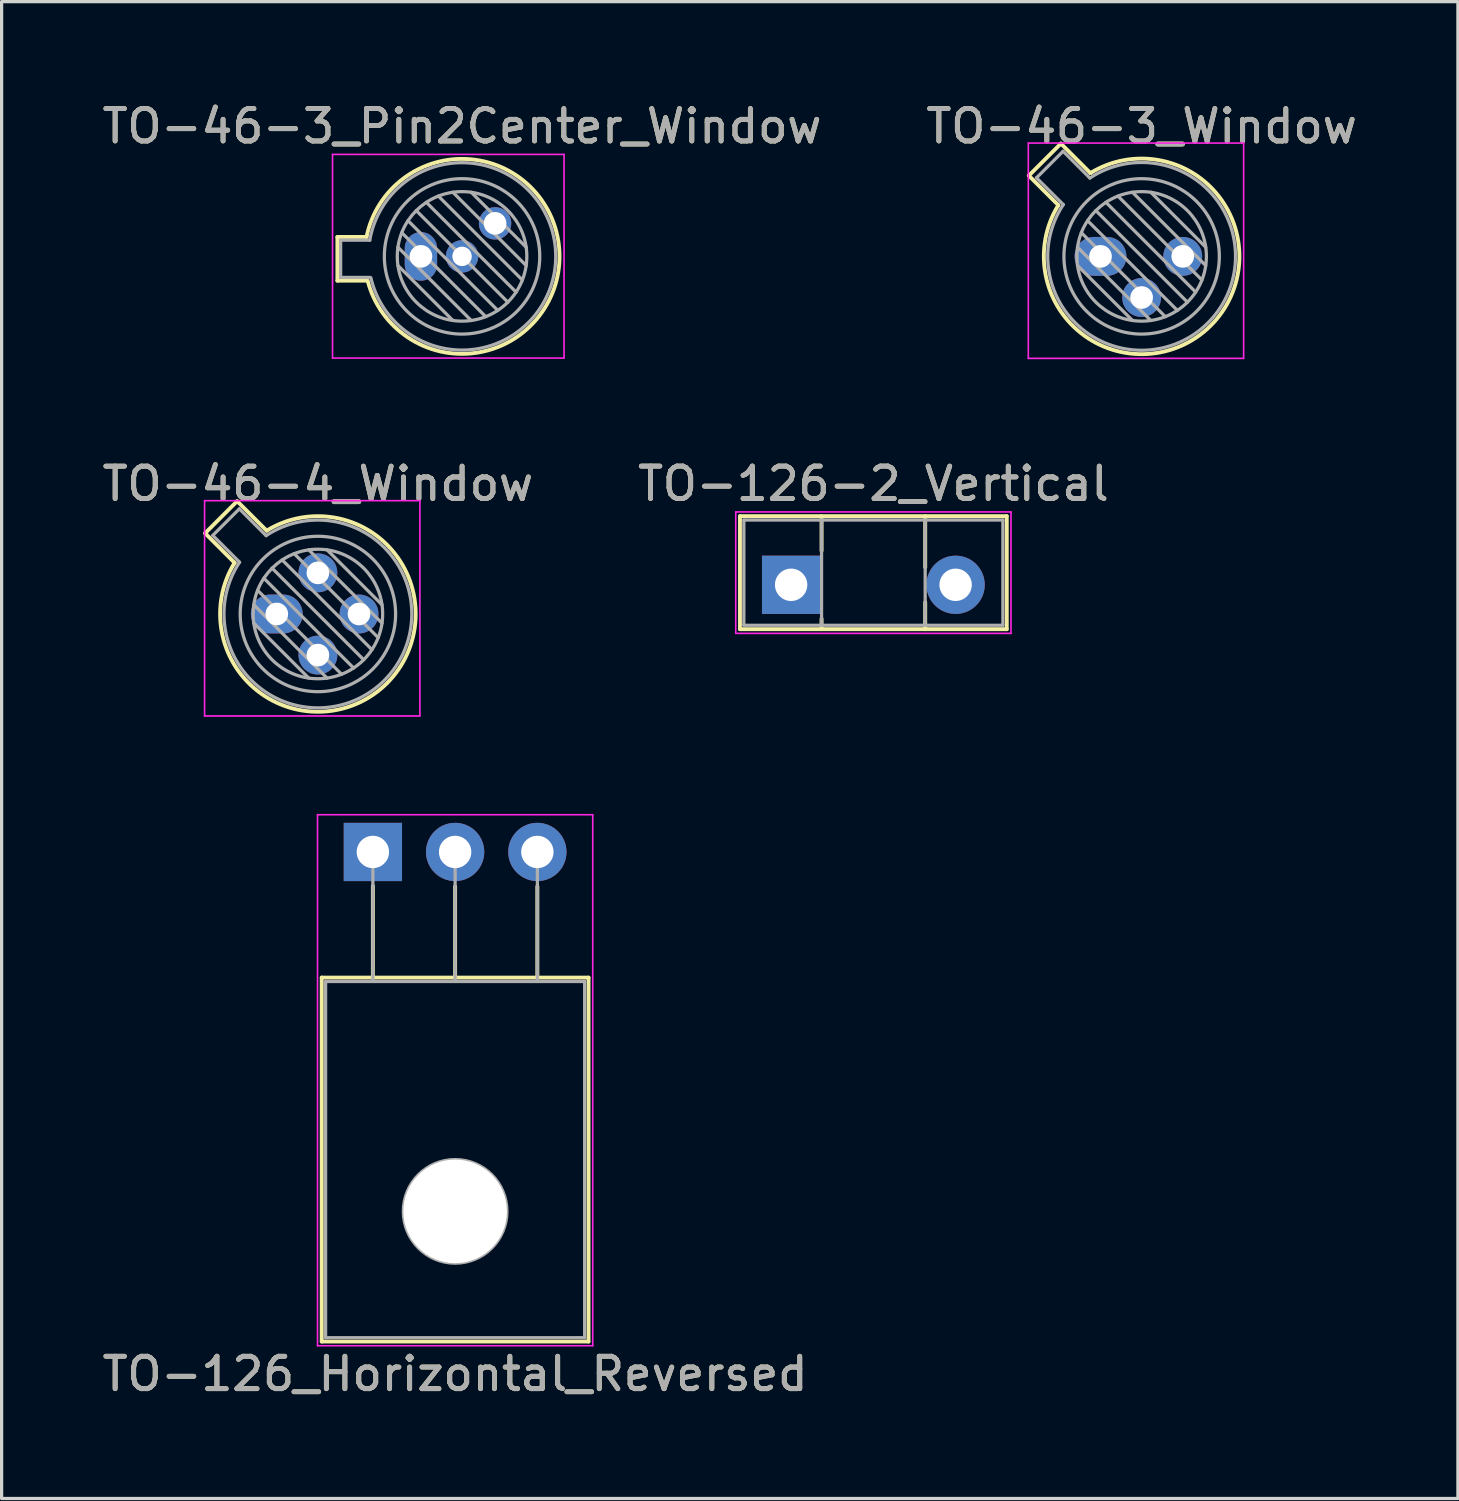
<source format=kicad_pcb>
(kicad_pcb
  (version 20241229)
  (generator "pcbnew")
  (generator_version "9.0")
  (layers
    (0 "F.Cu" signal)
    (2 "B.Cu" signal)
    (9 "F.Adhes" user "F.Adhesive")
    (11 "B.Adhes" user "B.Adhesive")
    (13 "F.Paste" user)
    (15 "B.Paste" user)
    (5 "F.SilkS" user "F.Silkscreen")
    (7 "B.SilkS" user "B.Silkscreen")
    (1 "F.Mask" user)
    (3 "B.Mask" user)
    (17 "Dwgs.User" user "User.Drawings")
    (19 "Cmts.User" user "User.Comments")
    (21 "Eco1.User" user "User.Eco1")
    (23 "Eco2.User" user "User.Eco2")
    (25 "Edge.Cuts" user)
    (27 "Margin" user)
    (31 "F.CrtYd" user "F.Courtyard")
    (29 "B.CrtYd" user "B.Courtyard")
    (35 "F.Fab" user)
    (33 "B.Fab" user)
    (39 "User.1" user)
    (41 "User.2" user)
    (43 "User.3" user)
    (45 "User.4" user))
  (footprint "TO-46-3_Window"
    (layer "F.Cu")
    (at 30.938 4.868)
    (property "Reference" "TO-46-3_Window" (at 1.27 -4.02 0) (layer "F.SilkS") (effects (font (size 1 1) (thickness 0.15))))
    (attr through_hole)
    (fp_line (start -2.214 -2.494) (end -1.302 -1.582) (stroke (width 0.12) (type solid)) (layer "F.SilkS"))
    (fp_line (start -1.224 -3.484) (end -2.214 -2.494) (stroke (width 0.12) (type solid)) (layer "F.SilkS"))
    (fp_line (start -0.312 -2.572) (end -1.224 -3.484) (stroke (width 0.12) (type solid)) (layer "F.SilkS"))
    (fp_arc (start -0.312331 -2.572281) (mid 3.405374 2.135551) (end -1.30215 -1.582544) (stroke (width 0.12) (type solid)) (layer "F.SilkS"))
    (fp_line (start -2.23 -3.5) (end -2.23 3.15) (stroke (width 0.05) (type solid)) (layer "F.CrtYd"))
    (fp_line (start -2.23 3.15) (end 4.42 3.15) (stroke (width 0.05) (type solid)) (layer "F.CrtYd"))
    (fp_line (start 4.42 -3.5) (end -2.23 -3.5) (stroke (width 0.05) (type solid)) (layer "F.CrtYd"))
    (fp_line (start 4.42 3.15) (end 4.42 -3.5) (stroke (width 0.05) (type solid)) (layer "F.CrtYd"))
    (fp_line (start -1.977 -2.426) (end -1.149 -1.599) (stroke (width 0.1) (type solid)) (layer "F.Fab"))
    (fp_line (start -1.156 -3.247) (end -1.977 -2.426) (stroke (width 0.1) (type solid)) (layer "F.Fab"))
    (fp_line (start -0.71 -0.283) (end 1.553 1.98) (stroke (width 0.1) (type solid)) (layer "F.Fab"))
    (fp_line (start -0.71 0.283) (end 0.987 1.98) (stroke (width 0.1) (type solid)) (layer "F.Fab"))
    (fp_line (start -0.592 -0.731) (end 2.001 1.862) (stroke (width 0.1) (type solid)) (layer "F.Fab"))
    (fp_line (start -0.399 -1.103) (end 2.373 1.669) (stroke (width 0.1) (type solid)) (layer "F.Fab"))
    (fp_line (start -0.329 -2.419) (end -1.156 -3.247) (stroke (width 0.1) (type solid)) (layer "F.Fab"))
    (fp_line (start -0.145 -1.415) (end 2.685 1.415) (stroke (width 0.1) (type solid)) (layer "F.Fab"))
    (fp_line (start 0.167 -1.669) (end 2.939 1.103) (stroke (width 0.1) (type solid)) (layer "F.Fab"))
    (fp_line (start 0.539 -1.862) (end 3.132 0.731) (stroke (width 0.1) (type solid)) (layer "F.Fab"))
    (fp_line (start 0.987 -1.98) (end 3.25 0.283) (stroke (width 0.1) (type solid)) (layer "F.Fab"))
    (fp_line (start 1.553 -1.98) (end 3.25 -0.283) (stroke (width 0.1) (type solid)) (layer "F.Fab"))
    (fp_arc (start -0.329057 -2.419301) (mid 3.321076 2.050143) (end -1.150029 -1.597956) (stroke (width 0.1) (type solid)) (layer "F.Fab"))
    (fp_circle (center 1.27 0) (end 3.27 0) (stroke (width 0.1) (type solid)) (fill no) (layer "F.Fab"))
    (fp_circle (center 1.27 0) (end 3.67 0) (stroke (width 0.1) (type solid)) (fill no) (layer "F.Fab"))
    (fp_text user "${REFERENCE}" (at 1.27 -4.02 0) (layer "F.Fab") (effects (font (size 1 1) (thickness 0.15))))
    (pad "1" thru_hole oval (at 0 0) (size 1.6 1.2) (drill 0.7) (layers "*.Cu" "*.Mask"))
    (pad "2" thru_hole oval (at 1.27 1.27) (size 1.2 1.2) (drill 0.7) (layers "*.Cu" "*.Mask"))
    (pad "3" thru_hole oval (at 2.54 0) (size 1.2 1.2) (drill 0.7) (layers "*.Cu" "*.Mask")))
  (footprint "TO-46-4_Window"
    (layer "F.Cu")
    (at 5.498 15.912)
    (property "Reference" "TO-46-4_Window" (at 1.27 -4.02 0) (layer "F.SilkS") (effects (font (size 1 1) (thickness 0.15))))
    (attr through_hole)
    (fp_line (start -2.214 -2.494) (end -1.302 -1.582) (stroke (width 0.12) (type solid)) (layer "F.SilkS"))
    (fp_line (start -1.224 -3.484) (end -2.214 -2.494) (stroke (width 0.12) (type solid)) (layer "F.SilkS"))
    (fp_line (start -0.312 -2.572) (end -1.224 -3.484) (stroke (width 0.12) (type solid)) (layer "F.SilkS"))
    (fp_arc (start -0.312331 -2.572281) (mid 3.405374 2.135551) (end -1.30215 -1.582544) (stroke (width 0.12) (type solid)) (layer "F.SilkS"))
    (fp_line (start -2.23 -3.5) (end -2.23 3.15) (stroke (width 0.05) (type solid)) (layer "F.CrtYd"))
    (fp_line (start -2.23 3.15) (end 4.42 3.15) (stroke (width 0.05) (type solid)) (layer "F.CrtYd"))
    (fp_line (start 4.42 -3.5) (end -2.23 -3.5) (stroke (width 0.05) (type solid)) (layer "F.CrtYd"))
    (fp_line (start 4.42 3.15) (end 4.42 -3.5) (stroke (width 0.05) (type solid)) (layer "F.CrtYd"))
    (fp_line (start -1.977 -2.426) (end -1.149 -1.599) (stroke (width 0.1) (type solid)) (layer "F.Fab"))
    (fp_line (start -1.156 -3.247) (end -1.977 -2.426) (stroke (width 0.1) (type solid)) (layer "F.Fab"))
    (fp_line (start -0.71 -0.283) (end 1.553 1.98) (stroke (width 0.1) (type solid)) (layer "F.Fab"))
    (fp_line (start -0.71 0.283) (end 0.987 1.98) (stroke (width 0.1) (type solid)) (layer "F.Fab"))
    (fp_line (start -0.592 -0.731) (end 2.001 1.862) (stroke (width 0.1) (type solid)) (layer "F.Fab"))
    (fp_line (start -0.399 -1.103) (end 2.373 1.669) (stroke (width 0.1) (type solid)) (layer "F.Fab"))
    (fp_line (start -0.329 -2.419) (end -1.156 -3.247) (stroke (width 0.1) (type solid)) (layer "F.Fab"))
    (fp_line (start -0.145 -1.415) (end 2.685 1.415) (stroke (width 0.1) (type solid)) (layer "F.Fab"))
    (fp_line (start 0.167 -1.669) (end 2.939 1.103) (stroke (width 0.1) (type solid)) (layer "F.Fab"))
    (fp_line (start 0.539 -1.862) (end 3.132 0.731) (stroke (width 0.1) (type solid)) (layer "F.Fab"))
    (fp_line (start 0.987 -1.98) (end 3.25 0.283) (stroke (width 0.1) (type solid)) (layer "F.Fab"))
    (fp_line (start 1.553 -1.98) (end 3.25 -0.283) (stroke (width 0.1) (type solid)) (layer "F.Fab"))
    (fp_arc (start -0.329057 -2.419301) (mid 3.321076 2.050143) (end -1.150029 -1.597956) (stroke (width 0.1) (type solid)) (layer "F.Fab"))
    (fp_circle (center 1.27 0) (end 3.27 0) (stroke (width 0.1) (type solid)) (fill no) (layer "F.Fab"))
    (fp_circle (center 1.27 0) (end 3.67 0) (stroke (width 0.1) (type solid)) (fill no) (layer "F.Fab"))
    (fp_text user "${REFERENCE}" (at 1.27 -4.02 0) (layer "F.Fab") (effects (font (size 1 1) (thickness 0.15))))
    (pad "1" thru_hole oval (at 0 0) (size 1.6 1.2) (drill 0.7) (layers "*.Cu" "*.Mask"))
    (pad "2" thru_hole oval (at 1.27 1.27) (size 1.2 1.2) (drill 0.7) (layers "*.Cu" "*.Mask"))
    (pad "3" thru_hole oval (at 2.54 0) (size 1.2 1.2) (drill 0.7) (layers "*.Cu" "*.Mask"))
    (pad "4" thru_hole oval (at 1.27 -1.27) (size 1.2 1.2) (drill 0.7) (layers "*.Cu" "*.Mask")))
  (footprint "TO-46-3_Pin2Center_Window"
    (layer "F.Cu")
    (at 9.95 4.868)
    (property "Reference" "TO-46-3_Pin2Center_Window" (at 1.27 -4.02 0) (layer "F.SilkS") (effects (font (size 1 1) (thickness 0.15))))
    (attr through_hole)
    (fp_line (start -2.58 -0.6) (end -2.58 0.75) (stroke (width 0.12) (type solid)) (layer "F.SilkS"))
    (fp_line (start -2.58 0.75) (end -1.68 0.75) (stroke (width 0.12) (type solid)) (layer "F.SilkS"))
    (fp_line (start -1.68 -0.6) (end -2.58 -0.6) (stroke (width 0.12) (type solid)) (layer "F.SilkS"))
    (fp_arc (start -1.68 -0.6) (mid 4.279362 -0.078983) (end -1.644465 0.753918) (stroke (width 0.12) (type solid)) (layer "F.SilkS"))
    (fp_line (start -2.73 -3.15) (end -2.73 3.14) (stroke (width 0.05) (type solid)) (layer "F.CrtYd"))
    (fp_line (start -2.73 -3.15) (end 4.42 -3.15) (stroke (width 0.05) (type solid)) (layer "F.CrtYd"))
    (fp_line (start 4.42 3.14) (end -2.73 3.14) (stroke (width 0.05) (type solid)) (layer "F.CrtYd"))
    (fp_line (start 4.42 3.14) (end 4.42 -3.15) (stroke (width 0.05) (type solid)) (layer "F.CrtYd"))
    (fp_line (start -2.48 -0.5) (end -2.48 0.65) (stroke (width 0.1) (type solid)) (layer "F.Fab"))
    (fp_line (start -2.48 0.65) (end -1.58 0.65) (stroke (width 0.1) (type solid)) (layer "F.Fab"))
    (fp_line (start -1.58 -0.5) (end -2.48 -0.5) (stroke (width 0.1) (type solid)) (layer "F.Fab"))
    (fp_line (start -0.71 -0.283) (end 1.553 1.98) (stroke (width 0.1) (type solid)) (layer "F.Fab"))
    (fp_line (start -0.71 0.283) (end 0.987 1.98) (stroke (width 0.1) (type solid)) (layer "F.Fab"))
    (fp_line (start -0.592 -0.731) (end 2.001 1.862) (stroke (width 0.1) (type solid)) (layer "F.Fab"))
    (fp_line (start -0.399 -1.103) (end 2.373 1.669) (stroke (width 0.1) (type solid)) (layer "F.Fab"))
    (fp_line (start -0.145 -1.415) (end 2.685 1.415) (stroke (width 0.1) (type solid)) (layer "F.Fab"))
    (fp_line (start 0.167 -1.669) (end 2.939 1.103) (stroke (width 0.1) (type solid)) (layer "F.Fab"))
    (fp_line (start 0.539 -1.862) (end 3.132 0.731) (stroke (width 0.1) (type solid)) (layer "F.Fab"))
    (fp_line (start 0.987 -1.98) (end 3.25 0.283) (stroke (width 0.1) (type solid)) (layer "F.Fab"))
    (fp_line (start 1.553 -1.98) (end 3.25 -0.283) (stroke (width 0.1) (type solid)) (layer "F.Fab"))
    (fp_arc (start -1.58 -0.5) (mid 4.1624 -0.08076) (end -1.54766 0.65825) (stroke (width 0.1) (type solid)) (layer "F.Fab"))
    (fp_circle (center 1.27 0) (end 3.27 0) (stroke (width 0.1) (type solid)) (fill no) (layer "F.Fab"))
    (fp_circle (center 1.27 0) (end 3.67 0) (stroke (width 0.1) (type solid)) (fill no) (layer "F.Fab"))
    (fp_text user "${REFERENCE}" (at 1.27 -4.02 0) (layer "F.Fab") (effects (font (size 1 1) (thickness 0.15))))
    (pad "1" thru_hole oval (at 0 0 90) (size 1.5 1) (drill 0.7) (layers "*.Cu" "*.Mask"))
    (pad "2" thru_hole oval (at 1.27 0) (size 1 1) (drill 0.6) (layers "*.Cu" "*.Mask"))
    (pad "3" thru_hole oval (at 2.29 -1.02 90) (size 1 1) (drill 0.7) (layers "*.Cu" "*.Mask")))
  (footprint "TO-126-2_Vertical"
    (layer "F.Cu")
    (at 21.383 15.011)
    (property "Reference" "TO-126-2_Vertical" (at 2.54 -3.12 0) (layer "F.SilkS") (effects (font (size 1 1) (thickness 0.15))))
    (attr through_hole)
    (fp_line (start -1.58 -2.12) (end -1.58 1.37) (stroke (width 0.12) (type solid)) (layer "F.SilkS"))
    (fp_line (start -1.58 -2.12) (end 6.66 -2.12) (stroke (width 0.12) (type solid)) (layer "F.SilkS"))
    (fp_line (start -1.58 1.37) (end 6.66 1.37) (stroke (width 0.12) (type solid)) (layer "F.SilkS"))
    (fp_line (start 0.94 -2.12) (end 0.94 -1.05) (stroke (width 0.12) (type solid)) (layer "F.SilkS"))
    (fp_line (start 0.94 1.05) (end 0.94 1.37) (stroke (width 0.12) (type solid)) (layer "F.SilkS"))
    (fp_line (start 4.141 -2.12) (end 4.141 -0.54) (stroke (width 0.12) (type solid)) (layer "F.SilkS"))
    (fp_line (start 4.141 0.54) (end 4.141 1.37) (stroke (width 0.12) (type solid)) (layer "F.SilkS"))
    (fp_line (start 6.66 -2.12) (end 6.66 1.37) (stroke (width 0.12) (type solid)) (layer "F.SilkS"))
    (fp_line (start -1.71 -2.25) (end -1.71 1.5) (stroke (width 0.05) (type solid)) (layer "F.CrtYd"))
    (fp_line (start -1.71 1.5) (end 6.79 1.5) (stroke (width 0.05) (type solid)) (layer "F.CrtYd"))
    (fp_line (start 6.79 -2.25) (end -1.71 -2.25) (stroke (width 0.05) (type solid)) (layer "F.CrtYd"))
    (fp_line (start 6.79 1.5) (end 6.79 -2.25) (stroke (width 0.05) (type solid)) (layer "F.CrtYd"))
    (fp_line (start -1.46 -2) (end -1.46 1.25) (stroke (width 0.1) (type solid)) (layer "F.Fab"))
    (fp_line (start -1.46 1.25) (end 6.54 1.25) (stroke (width 0.1) (type solid)) (layer "F.Fab"))
    (fp_line (start 0.94 -2) (end 0.94 1.25) (stroke (width 0.1) (type solid)) (layer "F.Fab"))
    (fp_line (start 4.14 -2) (end 4.14 1.25) (stroke (width 0.1) (type solid)) (layer "F.Fab"))
    (fp_line (start 6.54 -2) (end -1.46 -2) (stroke (width 0.1) (type solid)) (layer "F.Fab"))
    (fp_line (start 6.54 1.25) (end 6.54 -2) (stroke (width 0.1) (type solid)) (layer "F.Fab"))
    (fp_text user "${REFERENCE}" (at 2.54 -3.12 0) (layer "F.Fab") (effects (font (size 1 1) (thickness 0.15))))
    (pad "1" thru_hole rect (at 0 0) (size 1.8 1.8) (drill 1) (layers "*.Cu" "*.Mask"))
    (pad "2" thru_hole oval (at 5.08 0) (size 1.8 1.8) (drill 1) (layers "*.Cu" "*.Mask")))
  (footprint "TO-126_Horizontal_Reversed"
    (layer "F.Cu")
    (at 8.466 23.262)
    (property "Reference" "TO-126_Horizontal_Reversed" (at 2.54 16.12 0) (layer "F.SilkS") (effects (font (size 1 1) (thickness 0.15))))
    (attr through_hole)
    (fp_line (start -1.58 3.88) (end -1.58 15.12) (stroke (width 0.12) (type solid)) (layer "F.SilkS"))
    (fp_line (start -1.58 3.88) (end 6.66 3.88) (stroke (width 0.12) (type solid)) (layer "F.SilkS"))
    (fp_line (start -1.58 15.12) (end 6.66 15.12) (stroke (width 0.12) (type solid)) (layer "F.SilkS"))
    (fp_line (start 0 1.05) (end 0 3.88) (stroke (width 0.12) (type solid)) (layer "F.SilkS"))
    (fp_line (start 2.54 1.066) (end 2.54 3.88) (stroke (width 0.12) (type solid)) (layer "F.SilkS"))
    (fp_line (start 5.08 1.066) (end 5.08 3.88) (stroke (width 0.12) (type solid)) (layer "F.SilkS"))
    (fp_line (start 6.66 3.88) (end 6.66 15.12) (stroke (width 0.12) (type solid)) (layer "F.SilkS"))
    (fp_line (start -1.71 -1.15) (end -1.71 15.25) (stroke (width 0.05) (type solid)) (layer "F.CrtYd"))
    (fp_line (start -1.71 15.25) (end 6.79 15.25) (stroke (width 0.05) (type solid)) (layer "F.CrtYd"))
    (fp_line (start 6.79 -1.15) (end -1.71 -1.15) (stroke (width 0.05) (type solid)) (layer "F.CrtYd"))
    (fp_line (start 6.79 15.25) (end 6.79 -1.15) (stroke (width 0.05) (type solid)) (layer "F.CrtYd"))
    (fp_line (start -1.46 4) (end -1.46 15) (stroke (width 0.1) (type solid)) (layer "F.Fab"))
    (fp_line (start -1.46 15) (end 6.54 15) (stroke (width 0.1) (type solid)) (layer "F.Fab"))
    (fp_line (start 0 4) (end 0 0) (stroke (width 0.1) (type solid)) (layer "F.Fab"))
    (fp_line (start 2.54 4) (end 2.54 0) (stroke (width 0.1) (type solid)) (layer "F.Fab"))
    (fp_line (start 5.08 4) (end 5.08 0) (stroke (width 0.1) (type solid)) (layer "F.Fab"))
    (fp_line (start 6.54 4) (end -1.46 4) (stroke (width 0.1) (type solid)) (layer "F.Fab"))
    (fp_line (start 6.54 15) (end 6.54 4) (stroke (width 0.1) (type solid)) (layer "F.Fab"))
    (fp_circle (center 2.54 11.1) (end 4.14 11.1) (stroke (width 0.1) (type solid)) (fill no) (layer "F.Fab"))
    (fp_text user "${REFERENCE}" (at 2.54 16.12 0) (layer "F.Fab") (effects (font (size 1 1) (thickness 0.15))))
    (pad "" np_thru_hole oval (at 2.54 11.1) (size 3.2 3.2) (drill 3.2) (layers "*.Cu" "*.Mask"))
    (pad "1" thru_hole rect (at 0 0) (size 1.8 1.8) (drill 1) (layers "*.Cu" "*.Mask"))
    (pad "2" thru_hole oval (at 2.54 0) (size 1.8 1.8) (drill 1) (layers "*.Cu" "*.Mask"))
    (pad "3" thru_hole oval (at 5.08 0) (size 1.8 1.8) (drill 1) (layers "*.Cu" "*.Mask")))
  (gr_rect
    (start -3 -3)
    (end 41.976 43.23)
    (stroke (width 0.1) (type default))
    (fill no)
    (layer "Edge.Cuts")))
</source>
